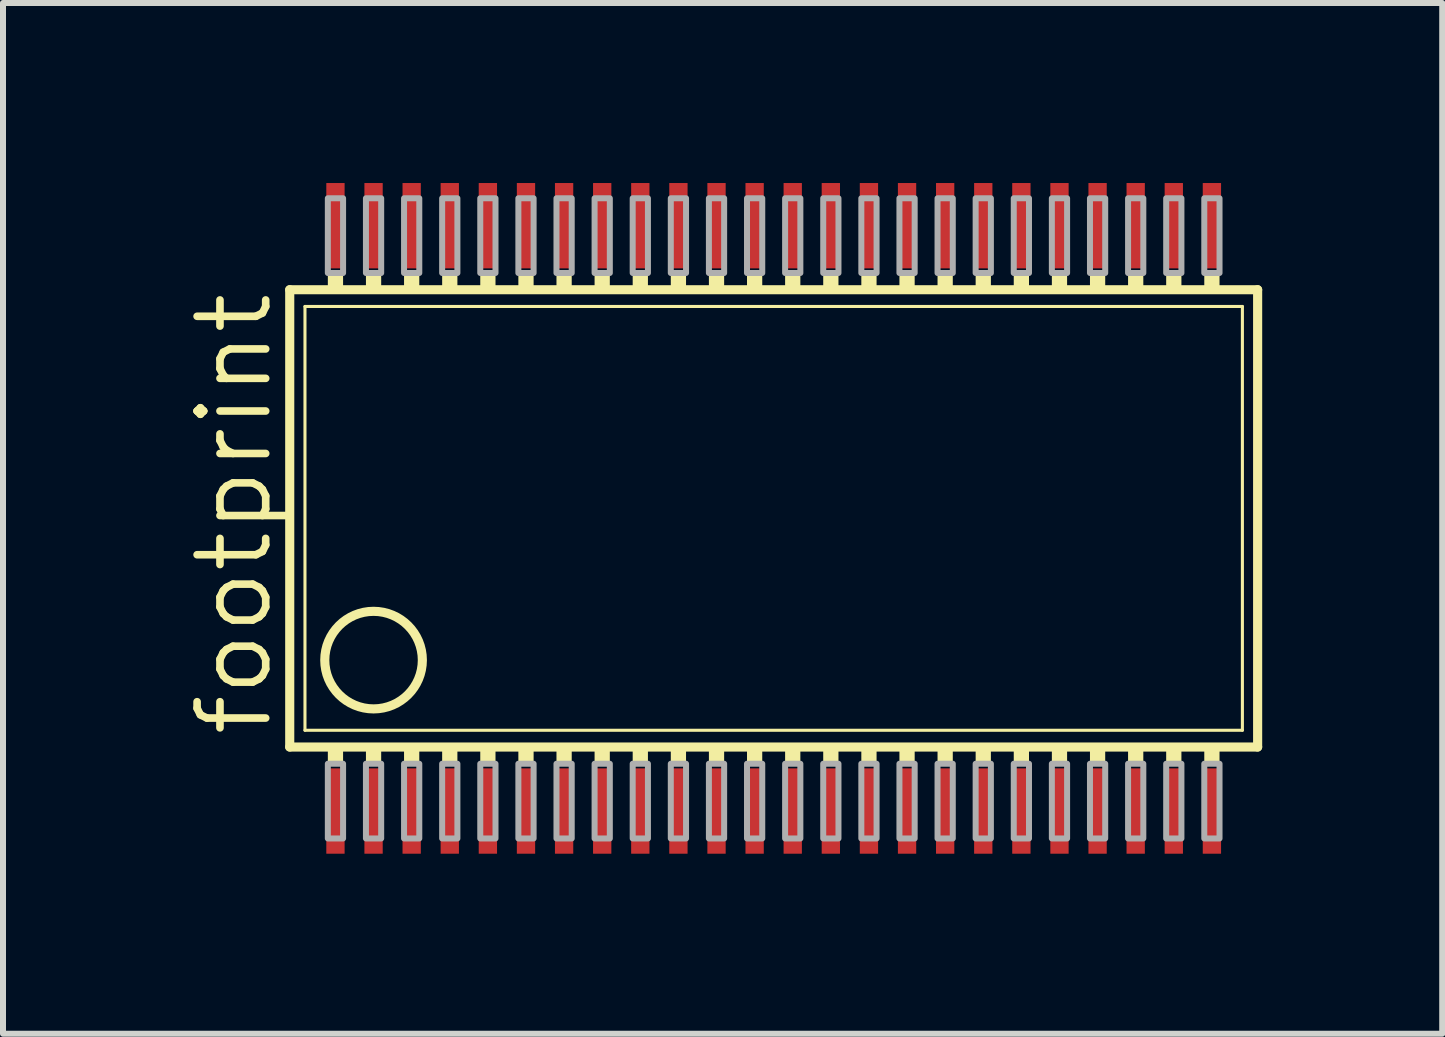
<source format=kicad_pcb>
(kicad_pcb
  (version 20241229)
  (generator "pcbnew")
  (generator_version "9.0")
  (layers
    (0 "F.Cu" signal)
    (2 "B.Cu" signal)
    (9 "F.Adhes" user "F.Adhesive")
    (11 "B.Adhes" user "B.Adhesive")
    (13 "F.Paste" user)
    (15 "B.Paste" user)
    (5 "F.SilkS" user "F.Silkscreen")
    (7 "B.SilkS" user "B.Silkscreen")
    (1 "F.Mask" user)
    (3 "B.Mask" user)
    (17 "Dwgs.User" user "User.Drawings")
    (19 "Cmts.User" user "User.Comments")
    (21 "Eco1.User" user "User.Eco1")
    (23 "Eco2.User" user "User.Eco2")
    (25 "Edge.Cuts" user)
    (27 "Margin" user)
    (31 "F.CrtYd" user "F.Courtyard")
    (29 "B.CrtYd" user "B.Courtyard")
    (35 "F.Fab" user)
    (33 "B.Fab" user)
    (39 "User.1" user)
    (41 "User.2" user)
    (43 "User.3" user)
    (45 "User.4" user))
  (footprint "footprint"
    (layer "F.Cu")
    (at 9.525 5.588)
    (property "Reference" "footprint" (at -8.001 3.683 90) (layer "F.SilkS") (effects (font (size 1.143 1.143) (thickness 0.127)) (justify left bottom)))
    (fp_line (start -7.747 3.81) (end -7.747 -3.81) (stroke (width 0.152) (type solid)) (layer "F.SilkS"))
    (fp_line (start -7.747 3.81) (end 8.382 3.81) (stroke (width 0.152) (type solid)) (layer "F.SilkS"))
    (fp_line (start -7.493 3.531) (end -7.493 -3.531) (stroke (width 0.051) (type solid)) (layer "F.SilkS"))
    (fp_line (start -7.493 3.531) (end 8.128 3.531) (stroke (width 0.051) (type solid)) (layer "F.SilkS"))
    (fp_line (start 8.128 -3.531) (end -7.493 -3.531) (stroke (width 0.051) (type solid)) (layer "F.SilkS"))
    (fp_line (start 8.128 -3.531) (end 8.128 3.531) (stroke (width 0.051) (type solid)) (layer "F.SilkS"))
    (fp_line (start 8.382 -3.81) (end -7.747 -3.81) (stroke (width 0.152) (type solid)) (layer "F.SilkS"))
    (fp_line (start 8.382 3.81) (end 8.382 -3.81) (stroke (width 0.152) (type solid)) (layer "F.SilkS"))
    (fp_circle (center -6.35 2.362) (end -5.537 2.362) (stroke (width 0.152) (type solid)) (fill no) (layer "F.SilkS"))
    (fp_poly (pts (xy -7.112 -3.81) (xy -6.858 -3.81) (xy -6.858 -4.089) (xy -7.112 -4.089)) (stroke (width 0) (type solid)) (fill yes) (layer "F.SilkS"))
    (fp_poly (pts (xy -7.112 4.089) (xy -6.858 4.089) (xy -6.858 3.81) (xy -7.112 3.81)) (stroke (width 0) (type solid)) (fill yes) (layer "F.SilkS"))
    (fp_poly (pts (xy -6.477 -3.81) (xy -6.223 -3.81) (xy -6.223 -4.089) (xy -6.477 -4.089)) (stroke (width 0) (type solid)) (fill yes) (layer "F.SilkS"))
    (fp_poly (pts (xy -6.477 4.089) (xy -6.223 4.089) (xy -6.223 3.81) (xy -6.477 3.81)) (stroke (width 0) (type solid)) (fill yes) (layer "F.SilkS"))
    (fp_poly (pts (xy -5.842 -3.81) (xy -5.588 -3.81) (xy -5.588 -4.089) (xy -5.842 -4.089)) (stroke (width 0) (type solid)) (fill yes) (layer "F.SilkS"))
    (fp_poly (pts (xy -5.842 4.089) (xy -5.588 4.089) (xy -5.588 3.81) (xy -5.842 3.81)) (stroke (width 0) (type solid)) (fill yes) (layer "F.SilkS"))
    (fp_poly (pts (xy -5.207 -3.81) (xy -4.953 -3.81) (xy -4.953 -4.089) (xy -5.207 -4.089)) (stroke (width 0) (type solid)) (fill yes) (layer "F.SilkS"))
    (fp_poly (pts (xy -5.207 4.089) (xy -4.953 4.089) (xy -4.953 3.81) (xy -5.207 3.81)) (stroke (width 0) (type solid)) (fill yes) (layer "F.SilkS"))
    (fp_poly (pts (xy -4.572 -3.81) (xy -4.318 -3.81) (xy -4.318 -4.089) (xy -4.572 -4.089)) (stroke (width 0) (type solid)) (fill yes) (layer "F.SilkS"))
    (fp_poly (pts (xy -4.572 4.089) (xy -4.318 4.089) (xy -4.318 3.81) (xy -4.572 3.81)) (stroke (width 0) (type solid)) (fill yes) (layer "F.SilkS"))
    (fp_poly (pts (xy -3.937 -3.81) (xy -3.683 -3.81) (xy -3.683 -4.089) (xy -3.937 -4.089)) (stroke (width 0) (type solid)) (fill yes) (layer "F.SilkS"))
    (fp_poly (pts (xy -3.937 4.089) (xy -3.683 4.089) (xy -3.683 3.81) (xy -3.937 3.81)) (stroke (width 0) (type solid)) (fill yes) (layer "F.SilkS"))
    (fp_poly (pts (xy -3.302 -3.81) (xy -3.048 -3.81) (xy -3.048 -4.089) (xy -3.302 -4.089)) (stroke (width 0) (type solid)) (fill yes) (layer "F.SilkS"))
    (fp_poly (pts (xy -3.302 4.089) (xy -3.048 4.089) (xy -3.048 3.81) (xy -3.302 3.81)) (stroke (width 0) (type solid)) (fill yes) (layer "F.SilkS"))
    (fp_poly (pts (xy -2.667 -3.81) (xy -2.413 -3.81) (xy -2.413 -4.089) (xy -2.667 -4.089)) (stroke (width 0) (type solid)) (fill yes) (layer "F.SilkS"))
    (fp_poly (pts (xy -2.667 4.089) (xy -2.413 4.089) (xy -2.413 3.81) (xy -2.667 3.81)) (stroke (width 0) (type solid)) (fill yes) (layer "F.SilkS"))
    (fp_poly (pts (xy -2.032 -3.81) (xy -1.778 -3.81) (xy -1.778 -4.089) (xy -2.032 -4.089)) (stroke (width 0) (type solid)) (fill yes) (layer "F.SilkS"))
    (fp_poly (pts (xy -2.032 4.089) (xy -1.778 4.089) (xy -1.778 3.81) (xy -2.032 3.81)) (stroke (width 0) (type solid)) (fill yes) (layer "F.SilkS"))
    (fp_poly (pts (xy -1.397 -3.81) (xy -1.143 -3.81) (xy -1.143 -4.089) (xy -1.397 -4.089)) (stroke (width 0) (type solid)) (fill yes) (layer "F.SilkS"))
    (fp_poly (pts (xy -1.397 4.089) (xy -1.143 4.089) (xy -1.143 3.81) (xy -1.397 3.81)) (stroke (width 0) (type solid)) (fill yes) (layer "F.SilkS"))
    (fp_poly (pts (xy -0.762 -3.81) (xy -0.508 -3.81) (xy -0.508 -4.089) (xy -0.762 -4.089)) (stroke (width 0) (type solid)) (fill yes) (layer "F.SilkS"))
    (fp_poly (pts (xy -0.762 4.089) (xy -0.508 4.089) (xy -0.508 3.81) (xy -0.762 3.81)) (stroke (width 0) (type solid)) (fill yes) (layer "F.SilkS"))
    (fp_poly (pts (xy -0.127 -3.81) (xy 0.127 -3.81) (xy 0.127 -4.089) (xy -0.127 -4.089)) (stroke (width 0) (type solid)) (fill yes) (layer "F.SilkS"))
    (fp_poly (pts (xy -0.127 4.089) (xy 0.127 4.089) (xy 0.127 3.81) (xy -0.127 3.81)) (stroke (width 0) (type solid)) (fill yes) (layer "F.SilkS"))
    (fp_poly (pts (xy 0.508 -3.81) (xy 0.762 -3.81) (xy 0.762 -4.089) (xy 0.508 -4.089)) (stroke (width 0) (type solid)) (fill yes) (layer "F.SilkS"))
    (fp_poly (pts (xy 0.508 4.089) (xy 0.762 4.089) (xy 0.762 3.81) (xy 0.508 3.81)) (stroke (width 0) (type solid)) (fill yes) (layer "F.SilkS"))
    (fp_poly (pts (xy 1.143 -3.81) (xy 1.397 -3.81) (xy 1.397 -4.089) (xy 1.143 -4.089)) (stroke (width 0) (type solid)) (fill yes) (layer "F.SilkS"))
    (fp_poly (pts (xy 1.143 4.089) (xy 1.397 4.089) (xy 1.397 3.81) (xy 1.143 3.81)) (stroke (width 0) (type solid)) (fill yes) (layer "F.SilkS"))
    (fp_poly (pts (xy 1.778 -3.81) (xy 2.032 -3.81) (xy 2.032 -4.089) (xy 1.778 -4.089)) (stroke (width 0) (type solid)) (fill yes) (layer "F.SilkS"))
    (fp_poly (pts (xy 1.778 4.089) (xy 2.032 4.089) (xy 2.032 3.81) (xy 1.778 3.81)) (stroke (width 0) (type solid)) (fill yes) (layer "F.SilkS"))
    (fp_poly (pts (xy 2.413 -3.81) (xy 2.667 -3.81) (xy 2.667 -4.089) (xy 2.413 -4.089)) (stroke (width 0) (type solid)) (fill yes) (layer "F.SilkS"))
    (fp_poly (pts (xy 2.413 4.089) (xy 2.667 4.089) (xy 2.667 3.81) (xy 2.413 3.81)) (stroke (width 0) (type solid)) (fill yes) (layer "F.SilkS"))
    (fp_poly (pts (xy 3.048 -3.81) (xy 3.302 -3.81) (xy 3.302 -4.089) (xy 3.048 -4.089)) (stroke (width 0) (type solid)) (fill yes) (layer "F.SilkS"))
    (fp_poly (pts (xy 3.048 4.089) (xy 3.302 4.089) (xy 3.302 3.81) (xy 3.048 3.81)) (stroke (width 0) (type solid)) (fill yes) (layer "F.SilkS"))
    (fp_poly (pts (xy 3.683 -3.81) (xy 3.937 -3.81) (xy 3.937 -4.089) (xy 3.683 -4.089)) (stroke (width 0) (type solid)) (fill yes) (layer "F.SilkS"))
    (fp_poly (pts (xy 3.683 4.089) (xy 3.937 4.089) (xy 3.937 3.81) (xy 3.683 3.81)) (stroke (width 0) (type solid)) (fill yes) (layer "F.SilkS"))
    (fp_poly (pts (xy 4.318 -3.81) (xy 4.572 -3.81) (xy 4.572 -4.089) (xy 4.318 -4.089)) (stroke (width 0) (type solid)) (fill yes) (layer "F.SilkS"))
    (fp_poly (pts (xy 4.318 4.089) (xy 4.572 4.089) (xy 4.572 3.81) (xy 4.318 3.81)) (stroke (width 0) (type solid)) (fill yes) (layer "F.SilkS"))
    (fp_poly (pts (xy 4.953 -3.81) (xy 5.207 -3.81) (xy 5.207 -4.089) (xy 4.953 -4.089)) (stroke (width 0) (type solid)) (fill yes) (layer "F.SilkS"))
    (fp_poly (pts (xy 4.953 4.089) (xy 5.207 4.089) (xy 5.207 3.81) (xy 4.953 3.81)) (stroke (width 0) (type solid)) (fill yes) (layer "F.SilkS"))
    (fp_poly (pts (xy 5.588 -3.81) (xy 5.842 -3.81) (xy 5.842 -4.089) (xy 5.588 -4.089)) (stroke (width 0) (type solid)) (fill yes) (layer "F.SilkS"))
    (fp_poly (pts (xy 5.588 4.089) (xy 5.842 4.089) (xy 5.842 3.81) (xy 5.588 3.81)) (stroke (width 0) (type solid)) (fill yes) (layer "F.SilkS"))
    (fp_poly (pts (xy 6.223 -3.81) (xy 6.477 -3.81) (xy 6.477 -4.089) (xy 6.223 -4.089)) (stroke (width 0) (type solid)) (fill yes) (layer "F.SilkS"))
    (fp_poly (pts (xy 6.223 4.089) (xy 6.477 4.089) (xy 6.477 3.81) (xy 6.223 3.81)) (stroke (width 0) (type solid)) (fill yes) (layer "F.SilkS"))
    (fp_poly (pts (xy 6.858 -3.81) (xy 7.112 -3.81) (xy 7.112 -4.089) (xy 6.858 -4.089)) (stroke (width 0) (type solid)) (fill yes) (layer "F.SilkS"))
    (fp_poly (pts (xy 6.858 4.089) (xy 7.112 4.089) (xy 7.112 3.81) (xy 6.858 3.81)) (stroke (width 0) (type solid)) (fill yes) (layer "F.SilkS"))
    (fp_poly (pts (xy 7.493 -3.81) (xy 7.747 -3.81) (xy 7.747 -4.089) (xy 7.493 -4.089)) (stroke (width 0) (type solid)) (fill yes) (layer "F.SilkS"))
    (fp_poly (pts (xy 7.493 4.089) (xy 7.747 4.089) (xy 7.747 3.81) (xy 7.493 3.81)) (stroke (width 0) (type solid)) (fill yes) (layer "F.SilkS"))
    (fp_poly (pts (xy -7.112 -4.089) (xy -6.858 -4.089) (xy -6.858 -5.334) (xy -7.112 -5.334)) (stroke (width 0.1) (type solid)) (fill no) (layer "F.Fab"))
    (fp_poly (pts (xy -7.112 5.334) (xy -6.858 5.334) (xy -6.858 4.089) (xy -7.112 4.089)) (stroke (width 0.1) (type solid)) (fill no) (layer "F.Fab"))
    (fp_poly (pts (xy -6.477 -4.089) (xy -6.223 -4.089) (xy -6.223 -5.334) (xy -6.477 -5.334)) (stroke (width 0.1) (type solid)) (fill no) (layer "F.Fab"))
    (fp_poly (pts (xy -6.477 5.334) (xy -6.223 5.334) (xy -6.223 4.089) (xy -6.477 4.089)) (stroke (width 0.1) (type solid)) (fill no) (layer "F.Fab"))
    (fp_poly (pts (xy -5.842 -4.089) (xy -5.588 -4.089) (xy -5.588 -5.334) (xy -5.842 -5.334)) (stroke (width 0.1) (type solid)) (fill no) (layer "F.Fab"))
    (fp_poly (pts (xy -5.842 5.334) (xy -5.588 5.334) (xy -5.588 4.089) (xy -5.842 4.089)) (stroke (width 0.1) (type solid)) (fill no) (layer "F.Fab"))
    (fp_poly (pts (xy -5.207 -4.089) (xy -4.953 -4.089) (xy -4.953 -5.334) (xy -5.207 -5.334)) (stroke (width 0.1) (type solid)) (fill no) (layer "F.Fab"))
    (fp_poly (pts (xy -5.207 5.334) (xy -4.953 5.334) (xy -4.953 4.089) (xy -5.207 4.089)) (stroke (width 0.1) (type solid)) (fill no) (layer "F.Fab"))
    (fp_poly (pts (xy -4.572 -4.089) (xy -4.318 -4.089) (xy -4.318 -5.334) (xy -4.572 -5.334)) (stroke (width 0.1) (type solid)) (fill no) (layer "F.Fab"))
    (fp_poly (pts (xy -4.572 5.334) (xy -4.318 5.334) (xy -4.318 4.089) (xy -4.572 4.089)) (stroke (width 0.1) (type solid)) (fill no) (layer "F.Fab"))
    (fp_poly (pts (xy -3.937 -4.089) (xy -3.683 -4.089) (xy -3.683 -5.334) (xy -3.937 -5.334)) (stroke (width 0.1) (type solid)) (fill no) (layer "F.Fab"))
    (fp_poly (pts (xy -3.937 5.334) (xy -3.683 5.334) (xy -3.683 4.089) (xy -3.937 4.089)) (stroke (width 0.1) (type solid)) (fill no) (layer "F.Fab"))
    (fp_poly (pts (xy -3.302 -4.089) (xy -3.048 -4.089) (xy -3.048 -5.334) (xy -3.302 -5.334)) (stroke (width 0.1) (type solid)) (fill no) (layer "F.Fab"))
    (fp_poly (pts (xy -3.302 5.334) (xy -3.048 5.334) (xy -3.048 4.089) (xy -3.302 4.089)) (stroke (width 0.1) (type solid)) (fill no) (layer "F.Fab"))
    (fp_poly (pts (xy -2.667 -4.089) (xy -2.413 -4.089) (xy -2.413 -5.334) (xy -2.667 -5.334)) (stroke (width 0.1) (type solid)) (fill no) (layer "F.Fab"))
    (fp_poly (pts (xy -2.667 5.334) (xy -2.413 5.334) (xy -2.413 4.089) (xy -2.667 4.089)) (stroke (width 0.1) (type solid)) (fill no) (layer "F.Fab"))
    (fp_poly (pts (xy -2.032 -4.089) (xy -1.778 -4.089) (xy -1.778 -5.334) (xy -2.032 -5.334)) (stroke (width 0.1) (type solid)) (fill no) (layer "F.Fab"))
    (fp_poly (pts (xy -2.032 5.334) (xy -1.778 5.334) (xy -1.778 4.089) (xy -2.032 4.089)) (stroke (width 0.1) (type solid)) (fill no) (layer "F.Fab"))
    (fp_poly (pts (xy -1.397 -4.089) (xy -1.143 -4.089) (xy -1.143 -5.334) (xy -1.397 -5.334)) (stroke (width 0.1) (type solid)) (fill no) (layer "F.Fab"))
    (fp_poly (pts (xy -1.397 5.334) (xy -1.143 5.334) (xy -1.143 4.089) (xy -1.397 4.089)) (stroke (width 0.1) (type solid)) (fill no) (layer "F.Fab"))
    (fp_poly (pts (xy -0.762 -4.089) (xy -0.508 -4.089) (xy -0.508 -5.334) (xy -0.762 -5.334)) (stroke (width 0.1) (type solid)) (fill no) (layer "F.Fab"))
    (fp_poly (pts (xy -0.762 5.334) (xy -0.508 5.334) (xy -0.508 4.089) (xy -0.762 4.089)) (stroke (width 0.1) (type solid)) (fill no) (layer "F.Fab"))
    (fp_poly (pts (xy -0.127 -4.089) (xy 0.127 -4.089) (xy 0.127 -5.334) (xy -0.127 -5.334)) (stroke (width 0.1) (type solid)) (fill no) (layer "F.Fab"))
    (fp_poly (pts (xy -0.127 5.334) (xy 0.127 5.334) (xy 0.127 4.089) (xy -0.127 4.089)) (stroke (width 0.1) (type solid)) (fill no) (layer "F.Fab"))
    (fp_poly (pts (xy 0.508 -4.089) (xy 0.762 -4.089) (xy 0.762 -5.334) (xy 0.508 -5.334)) (stroke (width 0.1) (type solid)) (fill no) (layer "F.Fab"))
    (fp_poly (pts (xy 0.508 5.334) (xy 0.762 5.334) (xy 0.762 4.089) (xy 0.508 4.089)) (stroke (width 0.1) (type solid)) (fill no) (layer "F.Fab"))
    (fp_poly (pts (xy 1.143 -4.089) (xy 1.397 -4.089) (xy 1.397 -5.334) (xy 1.143 -5.334)) (stroke (width 0.1) (type solid)) (fill no) (layer "F.Fab"))
    (fp_poly (pts (xy 1.143 5.334) (xy 1.397 5.334) (xy 1.397 4.089) (xy 1.143 4.089)) (stroke (width 0.1) (type solid)) (fill no) (layer "F.Fab"))
    (fp_poly (pts (xy 1.778 -4.089) (xy 2.032 -4.089) (xy 2.032 -5.334) (xy 1.778 -5.334)) (stroke (width 0.1) (type solid)) (fill no) (layer "F.Fab"))
    (fp_poly (pts (xy 1.778 5.334) (xy 2.032 5.334) (xy 2.032 4.089) (xy 1.778 4.089)) (stroke (width 0.1) (type solid)) (fill no) (layer "F.Fab"))
    (fp_poly (pts (xy 2.413 -4.089) (xy 2.667 -4.089) (xy 2.667 -5.334) (xy 2.413 -5.334)) (stroke (width 0.1) (type solid)) (fill no) (layer "F.Fab"))
    (fp_poly (pts (xy 2.413 5.334) (xy 2.667 5.334) (xy 2.667 4.089) (xy 2.413 4.089)) (stroke (width 0.1) (type solid)) (fill no) (layer "F.Fab"))
    (fp_poly (pts (xy 3.048 -4.089) (xy 3.302 -4.089) (xy 3.302 -5.334) (xy 3.048 -5.334)) (stroke (width 0.1) (type solid)) (fill no) (layer "F.Fab"))
    (fp_poly (pts (xy 3.048 5.334) (xy 3.302 5.334) (xy 3.302 4.089) (xy 3.048 4.089)) (stroke (width 0.1) (type solid)) (fill no) (layer "F.Fab"))
    (fp_poly (pts (xy 3.683 -4.089) (xy 3.937 -4.089) (xy 3.937 -5.334) (xy 3.683 -5.334)) (stroke (width 0.1) (type solid)) (fill no) (layer "F.Fab"))
    (fp_poly (pts (xy 3.683 5.334) (xy 3.937 5.334) (xy 3.937 4.089) (xy 3.683 4.089)) (stroke (width 0.1) (type solid)) (fill no) (layer "F.Fab"))
    (fp_poly (pts (xy 4.318 -4.089) (xy 4.572 -4.089) (xy 4.572 -5.334) (xy 4.318 -5.334)) (stroke (width 0.1) (type solid)) (fill no) (layer "F.Fab"))
    (fp_poly (pts (xy 4.318 5.334) (xy 4.572 5.334) (xy 4.572 4.089) (xy 4.318 4.089)) (stroke (width 0.1) (type solid)) (fill no) (layer "F.Fab"))
    (fp_poly (pts (xy 4.953 -4.089) (xy 5.207 -4.089) (xy 5.207 -5.334) (xy 4.953 -5.334)) (stroke (width 0.1) (type solid)) (fill no) (layer "F.Fab"))
    (fp_poly (pts (xy 4.953 5.334) (xy 5.207 5.334) (xy 5.207 4.089) (xy 4.953 4.089)) (stroke (width 0.1) (type solid)) (fill no) (layer "F.Fab"))
    (fp_poly (pts (xy 5.588 -4.089) (xy 5.842 -4.089) (xy 5.842 -5.334) (xy 5.588 -5.334)) (stroke (width 0.1) (type solid)) (fill no) (layer "F.Fab"))
    (fp_poly (pts (xy 5.588 5.334) (xy 5.842 5.334) (xy 5.842 4.089) (xy 5.588 4.089)) (stroke (width 0.1) (type solid)) (fill no) (layer "F.Fab"))
    (fp_poly (pts (xy 6.223 -4.089) (xy 6.477 -4.089) (xy 6.477 -5.334) (xy 6.223 -5.334)) (stroke (width 0.1) (type solid)) (fill no) (layer "F.Fab"))
    (fp_poly (pts (xy 6.223 5.334) (xy 6.477 5.334) (xy 6.477 4.089) (xy 6.223 4.089)) (stroke (width 0.1) (type solid)) (fill no) (layer "F.Fab"))
    (fp_poly (pts (xy 6.858 -4.089) (xy 7.112 -4.089) (xy 7.112 -5.334) (xy 6.858 -5.334)) (stroke (width 0.1) (type solid)) (fill no) (layer "F.Fab"))
    (fp_poly (pts (xy 6.858 5.334) (xy 7.112 5.334) (xy 7.112 4.089) (xy 6.858 4.089)) (stroke (width 0.1) (type solid)) (fill no) (layer "F.Fab"))
    (fp_poly (pts (xy 7.493 -4.089) (xy 7.747 -4.089) (xy 7.747 -5.334) (xy 7.493 -5.334)) (stroke (width 0.1) (type solid)) (fill no) (layer "F.Fab"))
    (fp_poly (pts (xy 7.493 5.334) (xy 7.747 5.334) (xy 7.747 4.089) (xy 7.493 4.089)) (stroke (width 0.1) (type solid)) (fill no) (layer "F.Fab"))
    (pad "1" smd rect (at -6.985 4.877) (size 0.305 1.422) (layers "F.Cu" "F.Mask" "F.Paste"))
    (pad "2" smd rect (at -6.35 4.877) (size 0.305 1.422) (layers "F.Cu" "F.Mask" "F.Paste"))
    (pad "3" smd rect (at -5.715 4.877) (size 0.305 1.422) (layers "F.Cu" "F.Mask" "F.Paste"))
    (pad "4" smd rect (at -5.08 4.877) (size 0.305 1.422) (layers "F.Cu" "F.Mask" "F.Paste"))
    (pad "5" smd rect (at -4.445 4.877) (size 0.305 1.422) (layers "F.Cu" "F.Mask" "F.Paste"))
    (pad "6" smd rect (at -3.81 4.877) (size 0.305 1.422) (layers "F.Cu" "F.Mask" "F.Paste"))
    (pad "7" smd rect (at -3.175 4.877) (size 0.305 1.422) (layers "F.Cu" "F.Mask" "F.Paste"))
    (pad "8" smd rect (at -2.54 4.877) (size 0.305 1.422) (layers "F.Cu" "F.Mask" "F.Paste"))
    (pad "9" smd rect (at -1.905 4.877) (size 0.305 1.422) (layers "F.Cu" "F.Mask" "F.Paste"))
    (pad "10" smd rect (at -1.27 4.877) (size 0.305 1.422) (layers "F.Cu" "F.Mask" "F.Paste"))
    (pad "11" smd rect (at -0.635 4.877) (size 0.305 1.422) (layers "F.Cu" "F.Mask" "F.Paste"))
    (pad "12" smd rect (at 0 4.877) (size 0.305 1.422) (layers "F.Cu" "F.Mask" "F.Paste"))
    (pad "13" smd rect (at 0.635 4.877) (size 0.305 1.422) (layers "F.Cu" "F.Mask" "F.Paste"))
    (pad "14" smd rect (at 1.27 4.877) (size 0.305 1.422) (layers "F.Cu" "F.Mask" "F.Paste"))
    (pad "15" smd rect (at 1.905 4.877) (size 0.305 1.422) (layers "F.Cu" "F.Mask" "F.Paste"))
    (pad "16" smd rect (at 2.54 4.877) (size 0.305 1.422) (layers "F.Cu" "F.Mask" "F.Paste"))
    (pad "17" smd rect (at 3.175 4.877) (size 0.305 1.422) (layers "F.Cu" "F.Mask" "F.Paste"))
    (pad "18" smd rect (at 3.81 4.877) (size 0.305 1.422) (layers "F.Cu" "F.Mask" "F.Paste"))
    (pad "19" smd rect (at 4.445 4.877) (size 0.305 1.422) (layers "F.Cu" "F.Mask" "F.Paste"))
    (pad "20" smd rect (at 5.08 4.877) (size 0.305 1.422) (layers "F.Cu" "F.Mask" "F.Paste"))
    (pad "21" smd rect (at 5.715 4.877) (size 0.305 1.422) (layers "F.Cu" "F.Mask" "F.Paste"))
    (pad "22" smd rect (at 6.35 4.877) (size 0.305 1.422) (layers "F.Cu" "F.Mask" "F.Paste"))
    (pad "23" smd rect (at 6.985 4.877) (size 0.305 1.422) (layers "F.Cu" "F.Mask" "F.Paste"))
    (pad "24" smd rect (at 7.62 4.877) (size 0.305 1.422) (layers "F.Cu" "F.Mask" "F.Paste"))
    (pad "25" smd rect (at 7.62 -4.877) (size 0.305 1.422) (layers "F.Cu" "F.Mask" "F.Paste"))
    (pad "26" smd rect (at 6.985 -4.877) (size 0.305 1.422) (layers "F.Cu" "F.Mask" "F.Paste"))
    (pad "27" smd rect (at 6.35 -4.877) (size 0.305 1.422) (layers "F.Cu" "F.Mask" "F.Paste"))
    (pad "28" smd rect (at 5.715 -4.877) (size 0.305 1.422) (layers "F.Cu" "F.Mask" "F.Paste"))
    (pad "29" smd rect (at 5.08 -4.877) (size 0.305 1.422) (layers "F.Cu" "F.Mask" "F.Paste"))
    (pad "30" smd rect (at 4.445 -4.877) (size 0.305 1.422) (layers "F.Cu" "F.Mask" "F.Paste"))
    (pad "31" smd rect (at 3.81 -4.877) (size 0.305 1.422) (layers "F.Cu" "F.Mask" "F.Paste"))
    (pad "32" smd rect (at 3.175 -4.877) (size 0.305 1.422) (layers "F.Cu" "F.Mask" "F.Paste"))
    (pad "33" smd rect (at 2.54 -4.877) (size 0.305 1.422) (layers "F.Cu" "F.Mask" "F.Paste"))
    (pad "34" smd rect (at 1.905 -4.877) (size 0.305 1.422) (layers "F.Cu" "F.Mask" "F.Paste"))
    (pad "35" smd rect (at 1.27 -4.877) (size 0.305 1.422) (layers "F.Cu" "F.Mask" "F.Paste"))
    (pad "36" smd rect (at 0.635 -4.877) (size 0.305 1.422) (layers "F.Cu" "F.Mask" "F.Paste"))
    (pad "37" smd rect (at 0 -4.877) (size 0.305 1.422) (layers "F.Cu" "F.Mask" "F.Paste"))
    (pad "38" smd rect (at -0.635 -4.877) (size 0.305 1.422) (layers "F.Cu" "F.Mask" "F.Paste"))
    (pad "39" smd rect (at -1.27 -4.877) (size 0.305 1.422) (layers "F.Cu" "F.Mask" "F.Paste"))
    (pad "40" smd rect (at -1.905 -4.877) (size 0.305 1.422) (layers "F.Cu" "F.Mask" "F.Paste"))
    (pad "41" smd rect (at -2.54 -4.877) (size 0.305 1.422) (layers "F.Cu" "F.Mask" "F.Paste"))
    (pad "42" smd rect (at -3.175 -4.877) (size 0.305 1.422) (layers "F.Cu" "F.Mask" "F.Paste"))
    (pad "43" smd rect (at -3.81 -4.877) (size 0.305 1.422) (layers "F.Cu" "F.Mask" "F.Paste"))
    (pad "44" smd rect (at -4.445 -4.877) (size 0.305 1.422) (layers "F.Cu" "F.Mask" "F.Paste"))
    (pad "45" smd rect (at -5.08 -4.877) (size 0.305 1.422) (layers "F.Cu" "F.Mask" "F.Paste"))
    (pad "46" smd rect (at -5.715 -4.877) (size 0.305 1.422) (layers "F.Cu" "F.Mask" "F.Paste"))
    (pad "47" smd rect (at -6.35 -4.877) (size 0.305 1.422) (layers "F.Cu" "F.Mask" "F.Paste"))
    (pad "48" smd rect (at -6.985 -4.877) (size 0.305 1.422) (layers "F.Cu" "F.Mask" "F.Paste")))
  (gr_rect
    (start -3 -3)
    (end 20.983 14.176)
    (stroke (width 0.1) (type default))
    (fill no)
    (layer "Edge.Cuts")))
</source>
